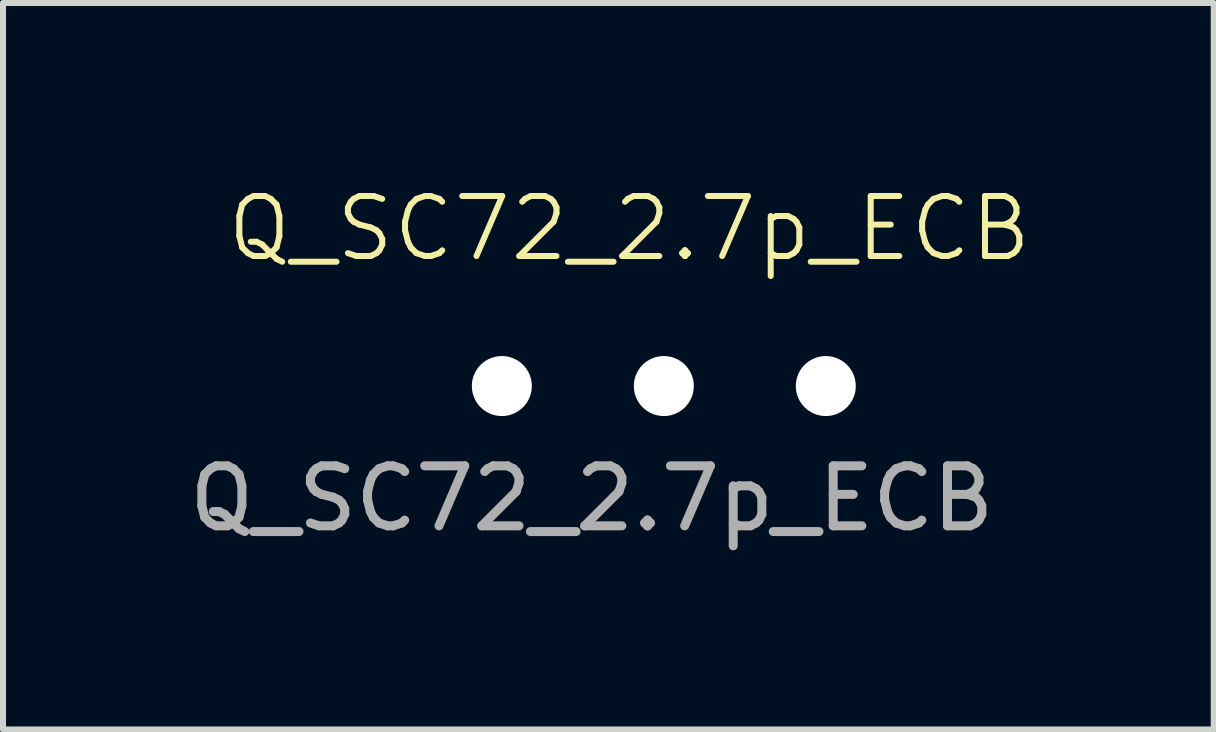
<source format=kicad_pcb>
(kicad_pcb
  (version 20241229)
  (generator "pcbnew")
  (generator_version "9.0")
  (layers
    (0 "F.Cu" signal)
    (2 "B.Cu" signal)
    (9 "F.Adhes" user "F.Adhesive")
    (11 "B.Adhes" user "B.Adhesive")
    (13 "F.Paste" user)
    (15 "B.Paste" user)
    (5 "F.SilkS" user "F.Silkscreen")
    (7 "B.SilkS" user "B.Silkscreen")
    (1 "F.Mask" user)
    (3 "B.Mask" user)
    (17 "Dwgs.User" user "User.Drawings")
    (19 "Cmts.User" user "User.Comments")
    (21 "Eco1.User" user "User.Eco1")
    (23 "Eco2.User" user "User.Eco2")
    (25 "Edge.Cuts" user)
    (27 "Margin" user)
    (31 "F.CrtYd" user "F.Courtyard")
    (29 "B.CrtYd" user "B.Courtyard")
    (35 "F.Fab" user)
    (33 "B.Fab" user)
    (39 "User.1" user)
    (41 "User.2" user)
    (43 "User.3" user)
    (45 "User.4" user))
  (footprint "Q_SC72_2.7p_ECB"
    (layer "F.Cu")
    (at 5.315 3.385)
    (property "Reference" "Q_SC72_2.7p_ECB" (at 2.125 -2.625 0) (unlocked yes) (layer "F.SilkS") (effects (font (size 1 1) (thickness 0.1))))
    (attr through_hole)
    (fp_text user "${REFERENCE}" (at 1.5 1.875 0) (unlocked yes) (layer "F.Fab") (effects (font (size 1 1) (thickness 0.15))))
    (pad "B" thru_hole circle (at 5.4 0) (size 2 2) (drill 1) (layers "*.Cu" "B.Mask") (remove_unused_layers yes) (zone_layer_connections))
    (pad "C" thru_hole circle (at 2.7 0) (size 2 2) (drill 1) (layers "*.Cu" "B.Mask") (remove_unused_layers yes) (zone_layer_connections))
    (pad "E" thru_hole circle (at 0 0) (size 2 2) (drill 1) (layers "*.Cu" "*.Mask") (remove_unused_layers yes) (zone_layer_connections)))
  (gr_rect
    (start -3 -3)
    (end 17.181 9.109)
    (stroke (width 0.1) (type default))
    (fill no)
    (layer "Edge.Cuts")))
</source>
